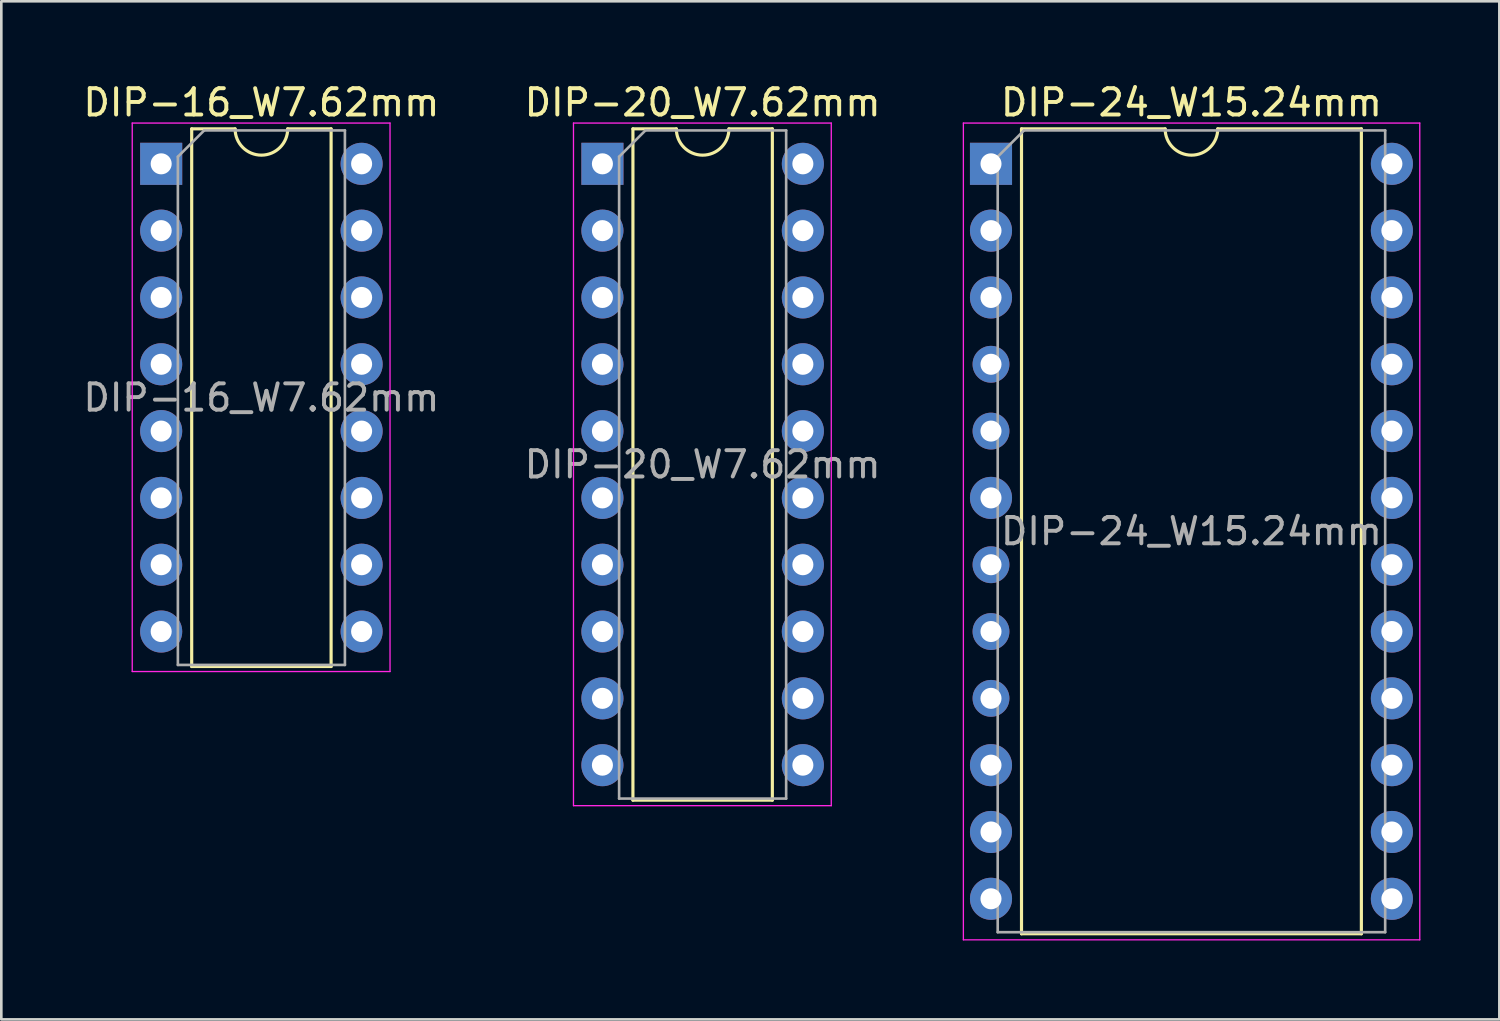
<source format=kicad_pcb>
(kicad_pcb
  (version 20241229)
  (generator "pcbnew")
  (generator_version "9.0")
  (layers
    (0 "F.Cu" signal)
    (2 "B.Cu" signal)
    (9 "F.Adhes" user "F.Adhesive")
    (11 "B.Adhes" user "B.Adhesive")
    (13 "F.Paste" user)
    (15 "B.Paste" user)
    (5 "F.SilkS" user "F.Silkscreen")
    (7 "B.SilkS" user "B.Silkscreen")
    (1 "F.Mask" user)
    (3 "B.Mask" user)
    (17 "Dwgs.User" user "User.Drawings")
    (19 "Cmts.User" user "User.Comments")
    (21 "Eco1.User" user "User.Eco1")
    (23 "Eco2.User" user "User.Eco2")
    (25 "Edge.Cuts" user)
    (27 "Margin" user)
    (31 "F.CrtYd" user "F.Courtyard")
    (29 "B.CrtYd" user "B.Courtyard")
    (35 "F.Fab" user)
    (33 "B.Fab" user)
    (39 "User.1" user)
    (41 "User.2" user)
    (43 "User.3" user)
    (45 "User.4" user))
  (footprint "DIP-24_W15.24mm"
    (layer "F.Cu")
    (at 34.623 3.178)
    (property "Reference" "DIP-24_W15.24mm" (at 7.62 -2.33 180) (layer "F.SilkS") (effects (font (size 1 1) (thickness 0.15))))
    (attr through_hole)
    (fp_line (start 1.16 -1.33) (end 1.16 29.27) (stroke (width 0.12) (type solid)) (layer "F.SilkS"))
    (fp_line (start 1.16 29.27) (end 14.08 29.27) (stroke (width 0.12) (type solid)) (layer "F.SilkS"))
    (fp_line (start 6.62 -1.33) (end 1.16 -1.33) (stroke (width 0.12) (type solid)) (layer "F.SilkS"))
    (fp_line (start 14.08 -1.33) (end 8.62 -1.33) (stroke (width 0.12) (type solid)) (layer "F.SilkS"))
    (fp_line (start 14.08 29.27) (end 14.08 -1.33) (stroke (width 0.12) (type solid)) (layer "F.SilkS"))
    (fp_arc (start 8.62 -1.33) (mid 7.62 -0.33) (end 6.62 -1.33) (stroke (width 0.12) (type solid)) (layer "F.SilkS"))
    (fp_line (start -1.05 -1.55) (end -1.05 29.5) (stroke (width 0.05) (type solid)) (layer "F.CrtYd"))
    (fp_line (start -1.05 29.5) (end 16.3 29.5) (stroke (width 0.05) (type solid)) (layer "F.CrtYd"))
    (fp_line (start 16.3 -1.55) (end -1.05 -1.55) (stroke (width 0.05) (type solid)) (layer "F.CrtYd"))
    (fp_line (start 16.3 29.5) (end 16.3 -1.55) (stroke (width 0.05) (type solid)) (layer "F.CrtYd"))
    (fp_line (start 0.255 -0.27) (end 1.255 -1.27) (stroke (width 0.1) (type solid)) (layer "F.Fab"))
    (fp_line (start 0.255 29.21) (end 0.255 -0.27) (stroke (width 0.1) (type solid)) (layer "F.Fab"))
    (fp_line (start 1.255 -1.27) (end 14.985 -1.27) (stroke (width 0.1) (type solid)) (layer "F.Fab"))
    (fp_line (start 14.985 -1.27) (end 14.985 29.21) (stroke (width 0.1) (type solid)) (layer "F.Fab"))
    (fp_line (start 14.985 29.21) (end 0.255 29.21) (stroke (width 0.1) (type solid)) (layer "F.Fab"))
    (fp_text user "${REFERENCE}" (at 7.62 13.97 180) (layer "F.Fab") (effects (font (size 1 1) (thickness 0.15))))
    (pad "1" thru_hole rect (at 0 0) (size 1.6 1.6) (drill 0.8) (layers "*.Cu" "*.Mask"))
    (pad "2" thru_hole oval (at 0 2.54) (size 1.6 1.6) (drill 0.8) (layers "*.Cu" "*.Mask"))
    (pad "3" thru_hole oval (at 0 5.08) (size 1.6 1.6) (drill 0.8) (layers "*.Cu" "*.Mask"))
    (pad "4" thru_hole oval (at 0 7.62) (size 1.4 1.4) (drill 0.8) (layers "*.Cu" "*.Mask"))
    (pad "5" thru_hole oval (at 0 10.16) (size 1.4 1.4) (drill 0.8) (layers "*.Cu" "*.Mask"))
    (pad "6" thru_hole oval (at 0 12.7) (size 1.6 1.6) (drill 0.8) (layers "*.Cu" "*.Mask"))
    (pad "7" thru_hole oval (at 0 15.24) (size 1.4 1.4) (drill 0.8) (layers "*.Cu" "*.Mask"))
    (pad "8" thru_hole oval (at 0 17.78) (size 1.4 1.4) (drill 0.8) (layers "*.Cu" "*.Mask"))
    (pad "9" thru_hole oval (at 0 20.32) (size 1.4 1.4) (drill 0.8) (layers "*.Cu" "*.Mask"))
    (pad "10" thru_hole oval (at 0 22.86) (size 1.6 1.6) (drill 0.8) (layers "*.Cu" "*.Mask"))
    (pad "11" thru_hole oval (at 0 25.4) (size 1.6 1.6) (drill 0.8) (layers "*.Cu" "*.Mask"))
    (pad "12" thru_hole oval (at 0 27.94) (size 1.6 1.6) (drill 0.8) (layers "*.Cu" "*.Mask"))
    (pad "13" thru_hole oval (at 15.24 27.94) (size 1.6 1.6) (drill 0.8) (layers "*.Cu" "*.Mask"))
    (pad "14" thru_hole oval (at 15.24 25.4) (size 1.6 1.6) (drill 0.8) (layers "*.Cu" "*.Mask"))
    (pad "15" thru_hole oval (at 15.24 22.86) (size 1.6 1.6) (drill 0.8) (layers "*.Cu" "*.Mask"))
    (pad "16" thru_hole oval (at 15.24 20.32) (size 1.6 1.6) (drill 0.8) (layers "*.Cu" "*.Mask"))
    (pad "17" thru_hole oval (at 15.24 17.78) (size 1.6 1.6) (drill 0.8) (layers "*.Cu" "*.Mask"))
    (pad "18" thru_hole oval (at 15.24 15.24) (size 1.6 1.6) (drill 0.8) (layers "*.Cu" "*.Mask"))
    (pad "19" thru_hole oval (at 15.24 12.7) (size 1.6 1.6) (drill 0.8) (layers "*.Cu" "*.Mask"))
    (pad "20" thru_hole oval (at 15.24 10.16) (size 1.6 1.6) (drill 0.8) (layers "*.Cu" "*.Mask"))
    (pad "21" thru_hole oval (at 15.24 7.62) (size 1.6 1.6) (drill 0.8) (layers "*.Cu" "*.Mask"))
    (pad "22" thru_hole oval (at 15.24 5.08) (size 1.6 1.6) (drill 0.8) (layers "*.Cu" "*.Mask"))
    (pad "23" thru_hole oval (at 15.24 2.54) (size 1.6 1.6) (drill 0.8) (layers "*.Cu" "*.Mask"))
    (pad "24" thru_hole oval (at 15.24 0) (size 1.6 1.6) (drill 0.8) (layers "*.Cu" "*.Mask")))
  (footprint "DIP-16_W7.62mm"
    (layer "F.Cu")
    (at 3.077 3.178)
    (property "Reference" "DIP-16_W7.62mm" (at 3.81 -2.33 0) (layer "F.SilkS") (effects (font (size 1 1) (thickness 0.15))))
    (attr through_hole)
    (fp_line (start 1.16 -1.33) (end 1.16 19.11) (stroke (width 0.12) (type solid)) (layer "F.SilkS"))
    (fp_line (start 1.16 19.11) (end 6.46 19.11) (stroke (width 0.12) (type solid)) (layer "F.SilkS"))
    (fp_line (start 2.81 -1.33) (end 1.16 -1.33) (stroke (width 0.12) (type solid)) (layer "F.SilkS"))
    (fp_line (start 6.46 -1.33) (end 4.81 -1.33) (stroke (width 0.12) (type solid)) (layer "F.SilkS"))
    (fp_line (start 6.46 19.11) (end 6.46 -1.33) (stroke (width 0.12) (type solid)) (layer "F.SilkS"))
    (fp_arc (start 4.81 -1.33) (mid 3.81 -0.33) (end 2.81 -1.33) (stroke (width 0.12) (type solid)) (layer "F.SilkS"))
    (fp_line (start -1.1 -1.55) (end -1.1 19.3) (stroke (width 0.05) (type solid)) (layer "F.CrtYd"))
    (fp_line (start -1.1 19.3) (end 8.7 19.3) (stroke (width 0.05) (type solid)) (layer "F.CrtYd"))
    (fp_line (start 8.7 -1.55) (end -1.1 -1.55) (stroke (width 0.05) (type solid)) (layer "F.CrtYd"))
    (fp_line (start 8.7 19.3) (end 8.7 -1.55) (stroke (width 0.05) (type solid)) (layer "F.CrtYd"))
    (fp_line (start 0.635 -0.27) (end 1.635 -1.27) (stroke (width 0.1) (type solid)) (layer "F.Fab"))
    (fp_line (start 0.635 19.05) (end 0.635 -0.27) (stroke (width 0.1) (type solid)) (layer "F.Fab"))
    (fp_line (start 1.635 -1.27) (end 6.985 -1.27) (stroke (width 0.1) (type solid)) (layer "F.Fab"))
    (fp_line (start 6.985 -1.27) (end 6.985 19.05) (stroke (width 0.1) (type solid)) (layer "F.Fab"))
    (fp_line (start 6.985 19.05) (end 0.635 19.05) (stroke (width 0.1) (type solid)) (layer "F.Fab"))
    (fp_text user "${REFERENCE}" (at 3.81 8.89 0) (layer "F.Fab") (effects (font (size 1 1) (thickness 0.15))))
    (pad "1" thru_hole rect (at 0 0) (size 1.6 1.6) (drill 0.8) (layers "*.Cu" "*.Mask"))
    (pad "2" thru_hole oval (at 0 2.54) (size 1.6 1.6) (drill 0.8) (layers "*.Cu" "*.Mask"))
    (pad "3" thru_hole oval (at 0 5.08) (size 1.6 1.6) (drill 0.8) (layers "*.Cu" "*.Mask"))
    (pad "4" thru_hole oval (at 0 7.62) (size 1.6 1.6) (drill 0.8) (layers "*.Cu" "*.Mask"))
    (pad "5" thru_hole oval (at 0 10.16) (size 1.6 1.6) (drill 0.8) (layers "*.Cu" "*.Mask"))
    (pad "6" thru_hole oval (at 0 12.7) (size 1.6 1.6) (drill 0.8) (layers "*.Cu" "*.Mask"))
    (pad "7" thru_hole oval (at 0 15.24) (size 1.6 1.6) (drill 0.8) (layers "*.Cu" "*.Mask"))
    (pad "8" thru_hole oval (at 0 17.78) (size 1.6 1.6) (drill 0.8) (layers "*.Cu" "*.Mask"))
    (pad "9" thru_hole oval (at 7.62 17.78) (size 1.6 1.6) (drill 0.8) (layers "*.Cu" "*.Mask"))
    (pad "10" thru_hole oval (at 7.62 15.24) (size 1.6 1.6) (drill 0.8) (layers "*.Cu" "*.Mask"))
    (pad "11" thru_hole oval (at 7.62 12.7) (size 1.6 1.6) (drill 0.8) (layers "*.Cu" "*.Mask"))
    (pad "12" thru_hole oval (at 7.62 10.16) (size 1.6 1.6) (drill 0.8) (layers "*.Cu" "*.Mask"))
    (pad "13" thru_hole oval (at 7.62 7.62) (size 1.6 1.6) (drill 0.8) (layers "*.Cu" "*.Mask"))
    (pad "14" thru_hole oval (at 7.62 5.08) (size 1.6 1.6) (drill 0.8) (layers "*.Cu" "*.Mask"))
    (pad "15" thru_hole oval (at 7.62 2.54) (size 1.6 1.6) (drill 0.8) (layers "*.Cu" "*.Mask"))
    (pad "16" thru_hole oval (at 7.62 0) (size 1.6 1.6) (drill 0.8) (layers "*.Cu" "*.Mask")))
  (footprint "DIP-20_W7.62mm"
    (layer "F.Cu")
    (at 19.851 3.178)
    (property "Reference" "DIP-20_W7.62mm" (at 3.81 -2.33 0) (layer "F.SilkS") (effects (font (size 1 1) (thickness 0.15))))
    (attr through_hole)
    (fp_line (start 1.16 -1.33) (end 1.16 24.19) (stroke (width 0.12) (type solid)) (layer "F.SilkS"))
    (fp_line (start 1.16 24.19) (end 6.46 24.19) (stroke (width 0.12) (type solid)) (layer "F.SilkS"))
    (fp_line (start 2.81 -1.33) (end 1.16 -1.33) (stroke (width 0.12) (type solid)) (layer "F.SilkS"))
    (fp_line (start 6.46 -1.33) (end 4.81 -1.33) (stroke (width 0.12) (type solid)) (layer "F.SilkS"))
    (fp_line (start 6.46 24.19) (end 6.46 -1.33) (stroke (width 0.12) (type solid)) (layer "F.SilkS"))
    (fp_arc (start 4.81 -1.33) (mid 3.81 -0.33) (end 2.81 -1.33) (stroke (width 0.12) (type solid)) (layer "F.SilkS"))
    (fp_line (start -1.1 -1.55) (end -1.1 24.4) (stroke (width 0.05) (type solid)) (layer "F.CrtYd"))
    (fp_line (start -1.1 24.4) (end 8.7 24.4) (stroke (width 0.05) (type solid)) (layer "F.CrtYd"))
    (fp_line (start 8.7 -1.55) (end -1.1 -1.55) (stroke (width 0.05) (type solid)) (layer "F.CrtYd"))
    (fp_line (start 8.7 24.4) (end 8.7 -1.55) (stroke (width 0.05) (type solid)) (layer "F.CrtYd"))
    (fp_line (start 0.635 -0.27) (end 1.635 -1.27) (stroke (width 0.1) (type solid)) (layer "F.Fab"))
    (fp_line (start 0.635 24.13) (end 0.635 -0.27) (stroke (width 0.1) (type solid)) (layer "F.Fab"))
    (fp_line (start 1.635 -1.27) (end 6.985 -1.27) (stroke (width 0.1) (type solid)) (layer "F.Fab"))
    (fp_line (start 6.985 -1.27) (end 6.985 24.13) (stroke (width 0.1) (type solid)) (layer "F.Fab"))
    (fp_line (start 6.985 24.13) (end 0.635 24.13) (stroke (width 0.1) (type solid)) (layer "F.Fab"))
    (fp_text user "${REFERENCE}" (at 3.81 11.43 0) (layer "F.Fab") (effects (font (size 1 1) (thickness 0.15))))
    (pad "1" thru_hole rect (at 0 0) (size 1.6 1.6) (drill 0.8) (layers "*.Cu" "*.Mask"))
    (pad "2" thru_hole oval (at 0 2.54) (size 1.6 1.6) (drill 0.8) (layers "*.Cu" "*.Mask"))
    (pad "3" thru_hole oval (at 0 5.08) (size 1.6 1.6) (drill 0.8) (layers "*.Cu" "*.Mask"))
    (pad "4" thru_hole oval (at 0 7.62) (size 1.6 1.6) (drill 0.8) (layers "*.Cu" "*.Mask"))
    (pad "5" thru_hole oval (at 0 10.16) (size 1.6 1.6) (drill 0.8) (layers "*.Cu" "*.Mask"))
    (pad "6" thru_hole oval (at 0 12.7) (size 1.6 1.6) (drill 0.8) (layers "*.Cu" "*.Mask"))
    (pad "7" thru_hole oval (at 0 15.24) (size 1.6 1.6) (drill 0.8) (layers "*.Cu" "*.Mask"))
    (pad "8" thru_hole oval (at 0 17.78) (size 1.6 1.6) (drill 0.8) (layers "*.Cu" "*.Mask"))
    (pad "9" thru_hole oval (at 0 20.32) (size 1.6 1.6) (drill 0.8) (layers "*.Cu" "*.Mask"))
    (pad "10" thru_hole oval (at 0 22.86) (size 1.6 1.6) (drill 0.8) (layers "*.Cu" "*.Mask"))
    (pad "11" thru_hole oval (at 7.62 22.86) (size 1.6 1.6) (drill 0.8) (layers "*.Cu" "*.Mask"))
    (pad "12" thru_hole oval (at 7.62 20.32) (size 1.6 1.6) (drill 0.8) (layers "*.Cu" "*.Mask"))
    (pad "13" thru_hole oval (at 7.62 17.78) (size 1.6 1.6) (drill 0.8) (layers "*.Cu" "*.Mask"))
    (pad "14" thru_hole oval (at 7.62 15.24) (size 1.6 1.6) (drill 0.8) (layers "*.Cu" "*.Mask"))
    (pad "15" thru_hole oval (at 7.62 12.7) (size 1.6 1.6) (drill 0.8) (layers "*.Cu" "*.Mask"))
    (pad "16" thru_hole oval (at 7.62 10.16) (size 1.6 1.6) (drill 0.8) (layers "*.Cu" "*.Mask"))
    (pad "17" thru_hole oval (at 7.62 7.62) (size 1.6 1.6) (drill 0.8) (layers "*.Cu" "*.Mask"))
    (pad "18" thru_hole oval (at 7.62 5.08) (size 1.6 1.6) (drill 0.8) (layers "*.Cu" "*.Mask"))
    (pad "19" thru_hole oval (at 7.62 2.54) (size 1.6 1.6) (drill 0.8) (layers "*.Cu" "*.Mask"))
    (pad "20" thru_hole oval (at 7.62 0) (size 1.6 1.6) (drill 0.8) (layers "*.Cu" "*.Mask")))
  (gr_rect
    (start -3 -3)
    (end 53.948 35.703)
    (stroke (width 0.1) (type default))
    (fill no)
    (layer "Edge.Cuts")))
</source>
